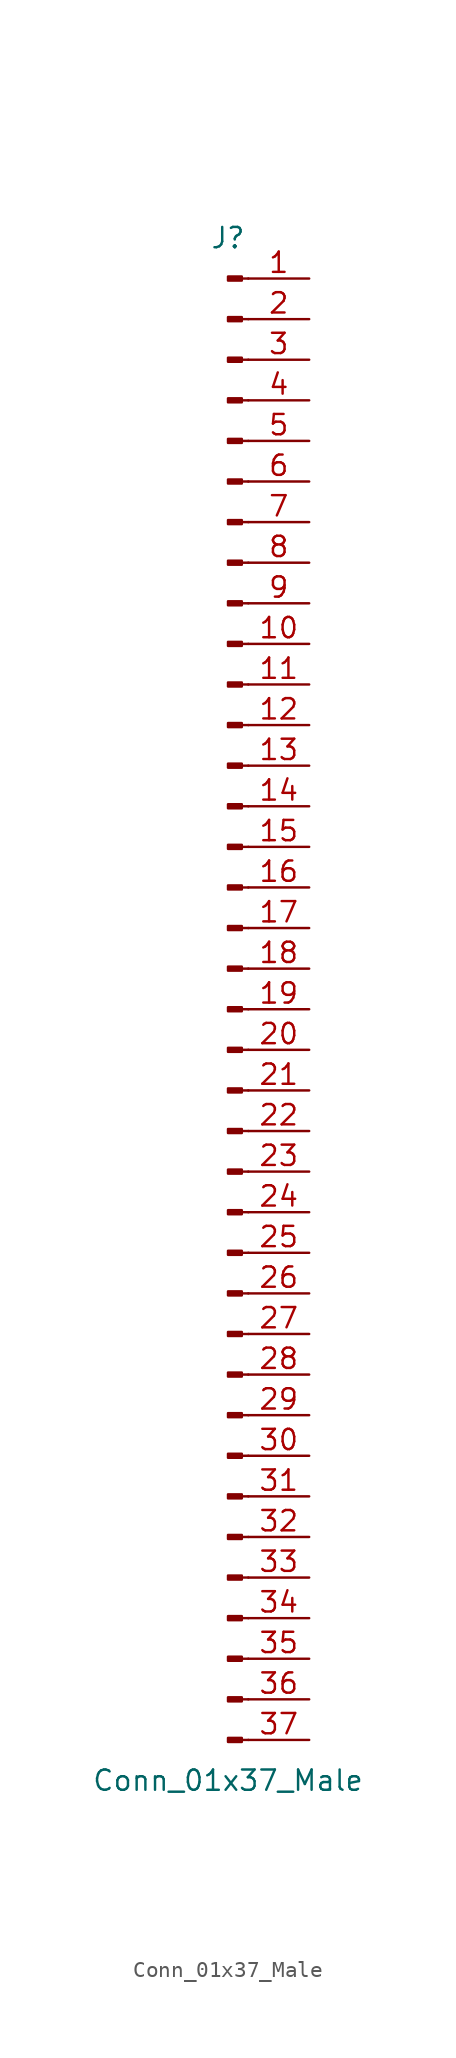
<source format=kicad_sym>
(kicad_symbol_lib
  (version 20211014)
  (generator kicad_symbol_editor)
  (symbol "Conn_01x37_Male"
    (pin_names
      (offset 1.016) hide)
    (property "Reference" "J"
      (at 0 48.26 0)
      (effects (font (size 1.27 1.27))))
    (property "Value" "Conn_01x37_Male"
      (at 0 -48.26 0)
      (effects (font (size 1.27 1.27))))
    (symbol "Conn_01x37_Male_1_1"
      (polyline (pts (xy 1.27 -45.72) (xy 0.864 -45.72)) (stroke (width 0.152) (type default) (color 0 0 0 0)) (fill (type none)))
      (polyline (pts (xy 1.27 -43.18) (xy 0.864 -43.18)) (stroke (width 0.152) (type default) (color 0 0 0 0)) (fill (type none)))
      (polyline (pts (xy 1.27 -40.64) (xy 0.864 -40.64)) (stroke (width 0.152) (type default) (color 0 0 0 0)) (fill (type none)))
      (polyline (pts (xy 1.27 -38.1) (xy 0.864 -38.1)) (stroke (width 0.152) (type default) (color 0 0 0 0)) (fill (type none)))
      (polyline (pts (xy 1.27 -35.56) (xy 0.864 -35.56)) (stroke (width 0.152) (type default) (color 0 0 0 0)) (fill (type none)))
      (polyline (pts (xy 1.27 -33.02) (xy 0.864 -33.02)) (stroke (width 0.152) (type default) (color 0 0 0 0)) (fill (type none)))
      (polyline (pts (xy 1.27 -30.48) (xy 0.864 -30.48)) (stroke (width 0.152) (type default) (color 0 0 0 0)) (fill (type none)))
      (polyline (pts (xy 1.27 -27.94) (xy 0.864 -27.94)) (stroke (width 0.152) (type default) (color 0 0 0 0)) (fill (type none)))
      (polyline (pts (xy 1.27 -25.4) (xy 0.864 -25.4)) (stroke (width 0.152) (type default) (color 0 0 0 0)) (fill (type none)))
      (polyline (pts (xy 1.27 -22.86) (xy 0.864 -22.86)) (stroke (width 0.152) (type default) (color 0 0 0 0)) (fill (type none)))
      (polyline (pts (xy 1.27 -20.32) (xy 0.864 -20.32)) (stroke (width 0.152) (type default) (color 0 0 0 0)) (fill (type none)))
      (polyline (pts (xy 1.27 -17.78) (xy 0.864 -17.78)) (stroke (width 0.152) (type default) (color 0 0 0 0)) (fill (type none)))
      (polyline (pts (xy 1.27 -15.24) (xy 0.864 -15.24)) (stroke (width 0.152) (type default) (color 0 0 0 0)) (fill (type none)))
      (polyline (pts (xy 1.27 -12.7) (xy 0.864 -12.7)) (stroke (width 0.152) (type default) (color 0 0 0 0)) (fill (type none)))
      (polyline (pts (xy 1.27 -10.16) (xy 0.864 -10.16)) (stroke (width 0.152) (type default) (color 0 0 0 0)) (fill (type none)))
      (polyline (pts (xy 1.27 -7.62) (xy 0.864 -7.62)) (stroke (width 0.152) (type default) (color 0 0 0 0)) (fill (type none)))
      (polyline (pts (xy 1.27 -5.08) (xy 0.864 -5.08)) (stroke (width 0.152) (type default) (color 0 0 0 0)) (fill (type none)))
      (polyline (pts (xy 1.27 -2.54) (xy 0.864 -2.54)) (stroke (width 0.152) (type default) (color 0 0 0 0)) (fill (type none)))
      (polyline (pts (xy 1.27 0) (xy 0.864 0)) (stroke (width 0.152) (type default) (color 0 0 0 0)) (fill (type none)))
      (polyline (pts (xy 1.27 2.54) (xy 0.864 2.54)) (stroke (width 0.152) (type default) (color 0 0 0 0)) (fill (type none)))
      (polyline (pts (xy 1.27 5.08) (xy 0.864 5.08)) (stroke (width 0.152) (type default) (color 0 0 0 0)) (fill (type none)))
      (polyline (pts (xy 1.27 7.62) (xy 0.864 7.62)) (stroke (width 0.152) (type default) (color 0 0 0 0)) (fill (type none)))
      (polyline (pts (xy 1.27 10.16) (xy 0.864 10.16)) (stroke (width 0.152) (type default) (color 0 0 0 0)) (fill (type none)))
      (polyline (pts (xy 1.27 12.7) (xy 0.864 12.7)) (stroke (width 0.152) (type default) (color 0 0 0 0)) (fill (type none)))
      (polyline (pts (xy 1.27 15.24) (xy 0.864 15.24)) (stroke (width 0.152) (type default) (color 0 0 0 0)) (fill (type none)))
      (polyline (pts (xy 1.27 17.78) (xy 0.864 17.78)) (stroke (width 0.152) (type default) (color 0 0 0 0)) (fill (type none)))
      (polyline (pts (xy 1.27 20.32) (xy 0.864 20.32)) (stroke (width 0.152) (type default) (color 0 0 0 0)) (fill (type none)))
      (polyline (pts (xy 1.27 22.86) (xy 0.864 22.86)) (stroke (width 0.152) (type default) (color 0 0 0 0)) (fill (type none)))
      (polyline (pts (xy 1.27 25.4) (xy 0.864 25.4)) (stroke (width 0.152) (type default) (color 0 0 0 0)) (fill (type none)))
      (polyline (pts (xy 1.27 27.94) (xy 0.864 27.94)) (stroke (width 0.152) (type default) (color 0 0 0 0)) (fill (type none)))
      (polyline (pts (xy 1.27 30.48) (xy 0.864 30.48)) (stroke (width 0.152) (type default) (color 0 0 0 0)) (fill (type none)))
      (polyline (pts (xy 1.27 33.02) (xy 0.864 33.02)) (stroke (width 0.152) (type default) (color 0 0 0 0)) (fill (type none)))
      (polyline (pts (xy 1.27 35.56) (xy 0.864 35.56)) (stroke (width 0.152) (type default) (color 0 0 0 0)) (fill (type none)))
      (polyline (pts (xy 1.27 38.1) (xy 0.864 38.1)) (stroke (width 0.152) (type default) (color 0 0 0 0)) (fill (type none)))
      (polyline (pts (xy 1.27 40.64) (xy 0.864 40.64)) (stroke (width 0.152) (type default) (color 0 0 0 0)) (fill (type none)))
      (polyline (pts (xy 1.27 43.18) (xy 0.864 43.18)) (stroke (width 0.152) (type default) (color 0 0 0 0)) (fill (type none)))
      (polyline (pts (xy 1.27 45.72) (xy 0.864 45.72)) (stroke (width 0.152) (type default) (color 0 0 0 0)) (fill (type none)))
      (rectangle (start 0.864 -45.593) (end 0 -45.847) (stroke (width 0.152) (type default) (color 0 0 0 0)) (fill (type outline)))
      (rectangle (start 0.864 -43.053) (end 0 -43.307) (stroke (width 0.152) (type default) (color 0 0 0 0)) (fill (type outline)))
      (rectangle (start 0.864 -40.513) (end 0 -40.767) (stroke (width 0.152) (type default) (color 0 0 0 0)) (fill (type outline)))
      (rectangle (start 0.864 -37.973) (end 0 -38.227) (stroke (width 0.152) (type default) (color 0 0 0 0)) (fill (type outline)))
      (rectangle (start 0.864 -35.433) (end 0 -35.687) (stroke (width 0.152) (type default) (color 0 0 0 0)) (fill (type outline)))
      (rectangle (start 0.864 -32.893) (end 0 -33.147) (stroke (width 0.152) (type default) (color 0 0 0 0)) (fill (type outline)))
      (rectangle (start 0.864 -30.353) (end 0 -30.607) (stroke (width 0.152) (type default) (color 0 0 0 0)) (fill (type outline)))
      (rectangle (start 0.864 -27.813) (end 0 -28.067) (stroke (width 0.152) (type default) (color 0 0 0 0)) (fill (type outline)))
      (rectangle (start 0.864 -25.273) (end 0 -25.527) (stroke (width 0.152) (type default) (color 0 0 0 0)) (fill (type outline)))
      (rectangle (start 0.864 -22.733) (end 0 -22.987) (stroke (width 0.152) (type default) (color 0 0 0 0)) (fill (type outline)))
      (rectangle (start 0.864 -20.193) (end 0 -20.447) (stroke (width 0.152) (type default) (color 0 0 0 0)) (fill (type outline)))
      (rectangle (start 0.864 -17.653) (end 0 -17.907) (stroke (width 0.152) (type default) (color 0 0 0 0)) (fill (type outline)))
      (rectangle (start 0.864 -15.113) (end 0 -15.367) (stroke (width 0.152) (type default) (color 0 0 0 0)) (fill (type outline)))
      (rectangle (start 0.864 -12.573) (end 0 -12.827) (stroke (width 0.152) (type default) (color 0 0 0 0)) (fill (type outline)))
      (rectangle (start 0.864 -10.033) (end 0 -10.287) (stroke (width 0.152) (type default) (color 0 0 0 0)) (fill (type outline)))
      (rectangle (start 0.864 -7.493) (end 0 -7.747) (stroke (width 0.152) (type default) (color 0 0 0 0)) (fill (type outline)))
      (rectangle (start 0.864 -4.953) (end 0 -5.207) (stroke (width 0.152) (type default) (color 0 0 0 0)) (fill (type outline)))
      (rectangle (start 0.864 -2.413) (end 0 -2.667) (stroke (width 0.152) (type default) (color 0 0 0 0)) (fill (type outline)))
      (rectangle (start 0.864 0.127) (end 0 -0.127) (stroke (width 0.152) (type default) (color 0 0 0 0)) (fill (type outline)))
      (rectangle (start 0.864 2.667) (end 0 2.413) (stroke (width 0.152) (type default) (color 0 0 0 0)) (fill (type outline)))
      (rectangle (start 0.864 5.207) (end 0 4.953) (stroke (width 0.152) (type default) (color 0 0 0 0)) (fill (type outline)))
      (rectangle (start 0.864 7.747) (end 0 7.493) (stroke (width 0.152) (type default) (color 0 0 0 0)) (fill (type outline)))
      (rectangle (start 0.864 10.287) (end 0 10.033) (stroke (width 0.152) (type default) (color 0 0 0 0)) (fill (type outline)))
      (rectangle (start 0.864 12.827) (end 0 12.573) (stroke (width 0.152) (type default) (color 0 0 0 0)) (fill (type outline)))
      (rectangle (start 0.864 15.367) (end 0 15.113) (stroke (width 0.152) (type default) (color 0 0 0 0)) (fill (type outline)))
      (rectangle (start 0.864 17.907) (end 0 17.653) (stroke (width 0.152) (type default) (color 0 0 0 0)) (fill (type outline)))
      (rectangle (start 0.864 20.447) (end 0 20.193) (stroke (width 0.152) (type default) (color 0 0 0 0)) (fill (type outline)))
      (rectangle (start 0.864 22.987) (end 0 22.733) (stroke (width 0.152) (type default) (color 0 0 0 0)) (fill (type outline)))
      (rectangle (start 0.864 25.527) (end 0 25.273) (stroke (width 0.152) (type default) (color 0 0 0 0)) (fill (type outline)))
      (rectangle (start 0.864 28.067) (end 0 27.813) (stroke (width 0.152) (type default) (color 0 0 0 0)) (fill (type outline)))
      (rectangle (start 0.864 30.607) (end 0 30.353) (stroke (width 0.152) (type default) (color 0 0 0 0)) (fill (type outline)))
      (rectangle (start 0.864 33.147) (end 0 32.893) (stroke (width 0.152) (type default) (color 0 0 0 0)) (fill (type outline)))
      (rectangle (start 0.864 35.687) (end 0 35.433) (stroke (width 0.152) (type default) (color 0 0 0 0)) (fill (type outline)))
      (rectangle (start 0.864 38.227) (end 0 37.973) (stroke (width 0.152) (type default) (color 0 0 0 0)) (fill (type outline)))
      (rectangle (start 0.864 40.767) (end 0 40.513) (stroke (width 0.152) (type default) (color 0 0 0 0)) (fill (type outline)))
      (rectangle (start 0.864 43.307) (end 0 43.053) (stroke (width 0.152) (type default) (color 0 0 0 0)) (fill (type outline)))
      (rectangle (start 0.864 45.847) (end 0 45.593) (stroke (width 0.152) (type default) (color 0 0 0 0)) (fill (type outline)))
      (pin passive line (at 5.08 45.72 180) (length 3.81) (name "Pin_1" (effects (font (size 1.27 1.27)))) (number "1" (effects (font (size 1.27 1.27)))))
      (pin passive line (at 5.08 22.86 180) (length 3.81) (name "Pin_10" (effects (font (size 1.27 1.27)))) (number "10" (effects (font (size 1.27 1.27)))))
      (pin passive line (at 5.08 20.32 180) (length 3.81) (name "Pin_11" (effects (font (size 1.27 1.27)))) (number "11" (effects (font (size 1.27 1.27)))))
      (pin passive line (at 5.08 17.78 180) (length 3.81) (name "Pin_12" (effects (font (size 1.27 1.27)))) (number "12" (effects (font (size 1.27 1.27)))))
      (pin passive line (at 5.08 15.24 180) (length 3.81) (name "Pin_13" (effects (font (size 1.27 1.27)))) (number "13" (effects (font (size 1.27 1.27)))))
      (pin passive line (at 5.08 12.7 180) (length 3.81) (name "Pin_14" (effects (font (size 1.27 1.27)))) (number "14" (effects (font (size 1.27 1.27)))))
      (pin passive line (at 5.08 10.16 180) (length 3.81) (name "Pin_15" (effects (font (size 1.27 1.27)))) (number "15" (effects (font (size 1.27 1.27)))))
      (pin passive line (at 5.08 7.62 180) (length 3.81) (name "Pin_16" (effects (font (size 1.27 1.27)))) (number "16" (effects (font (size 1.27 1.27)))))
      (pin passive line (at 5.08 5.08 180) (length 3.81) (name "Pin_17" (effects (font (size 1.27 1.27)))) (number "17" (effects (font (size 1.27 1.27)))))
      (pin passive line (at 5.08 2.54 180) (length 3.81) (name "Pin_18" (effects (font (size 1.27 1.27)))) (number "18" (effects (font (size 1.27 1.27)))))
      (pin passive line (at 5.08 0 180) (length 3.81) (name "Pin_19" (effects (font (size 1.27 1.27)))) (number "19" (effects (font (size 1.27 1.27)))))
      (pin passive line (at 5.08 43.18 180) (length 3.81) (name "Pin_2" (effects (font (size 1.27 1.27)))) (number "2" (effects (font (size 1.27 1.27)))))
      (pin passive line (at 5.08 -2.54 180) (length 3.81) (name "Pin_20" (effects (font (size 1.27 1.27)))) (number "20" (effects (font (size 1.27 1.27)))))
      (pin passive line (at 5.08 -5.08 180) (length 3.81) (name "Pin_21" (effects (font (size 1.27 1.27)))) (number "21" (effects (font (size 1.27 1.27)))))
      (pin passive line (at 5.08 -7.62 180) (length 3.81) (name "Pin_22" (effects (font (size 1.27 1.27)))) (number "22" (effects (font (size 1.27 1.27)))))
      (pin passive line (at 5.08 -10.16 180) (length 3.81) (name "Pin_23" (effects (font (size 1.27 1.27)))) (number "23" (effects (font (size 1.27 1.27)))))
      (pin passive line (at 5.08 -12.7 180) (length 3.81) (name "Pin_24" (effects (font (size 1.27 1.27)))) (number "24" (effects (font (size 1.27 1.27)))))
      (pin passive line (at 5.08 -15.24 180) (length 3.81) (name "Pin_25" (effects (font (size 1.27 1.27)))) (number "25" (effects (font (size 1.27 1.27)))))
      (pin passive line (at 5.08 -17.78 180) (length 3.81) (name "Pin_26" (effects (font (size 1.27 1.27)))) (number "26" (effects (font (size 1.27 1.27)))))
      (pin passive line (at 5.08 -20.32 180) (length 3.81) (name "Pin_27" (effects (font (size 1.27 1.27)))) (number "27" (effects (font (size 1.27 1.27)))))
      (pin passive line (at 5.08 -22.86 180) (length 3.81) (name "Pin_28" (effects (font (size 1.27 1.27)))) (number "28" (effects (font (size 1.27 1.27)))))
      (pin passive line (at 5.08 -25.4 180) (length 3.81) (name "Pin_29" (effects (font (size 1.27 1.27)))) (number "29" (effects (font (size 1.27 1.27)))))
      (pin passive line (at 5.08 40.64 180) (length 3.81) (name "Pin_3" (effects (font (size 1.27 1.27)))) (number "3" (effects (font (size 1.27 1.27)))))
      (pin passive line (at 5.08 -27.94 180) (length 3.81) (name "Pin_30" (effects (font (size 1.27 1.27)))) (number "30" (effects (font (size 1.27 1.27)))))
      (pin passive line (at 5.08 -30.48 180) (length 3.81) (name "Pin_31" (effects (font (size 1.27 1.27)))) (number "31" (effects (font (size 1.27 1.27)))))
      (pin passive line (at 5.08 -33.02 180) (length 3.81) (name "Pin_32" (effects (font (size 1.27 1.27)))) (number "32" (effects (font (size 1.27 1.27)))))
      (pin passive line (at 5.08 -35.56 180) (length 3.81) (name "Pin_33" (effects (font (size 1.27 1.27)))) (number "33" (effects (font (size 1.27 1.27)))))
      (pin passive line (at 5.08 -38.1 180) (length 3.81) (name "Pin_34" (effects (font (size 1.27 1.27)))) (number "34" (effects (font (size 1.27 1.27)))))
      (pin passive line (at 5.08 -40.64 180) (length 3.81) (name "Pin_35" (effects (font (size 1.27 1.27)))) (number "35" (effects (font (size 1.27 1.27)))))
      (pin passive line (at 5.08 -43.18 180) (length 3.81) (name "Pin_36" (effects (font (size 1.27 1.27)))) (number "36" (effects (font (size 1.27 1.27)))))
      (pin passive line (at 5.08 -45.72 180) (length 3.81) (name "Pin_37" (effects (font (size 1.27 1.27)))) (number "37" (effects (font (size 1.27 1.27)))))
      (pin passive line (at 5.08 38.1 180) (length 3.81) (name "Pin_4" (effects (font (size 1.27 1.27)))) (number "4" (effects (font (size 1.27 1.27)))))
      (pin passive line (at 5.08 35.56 180) (length 3.81) (name "Pin_5" (effects (font (size 1.27 1.27)))) (number "5" (effects (font (size 1.27 1.27)))))
      (pin passive line (at 5.08 33.02 180) (length 3.81) (name "Pin_6" (effects (font (size 1.27 1.27)))) (number "6" (effects (font (size 1.27 1.27)))))
      (pin passive line (at 5.08 30.48 180) (length 3.81) (name "Pin_7" (effects (font (size 1.27 1.27)))) (number "7" (effects (font (size 1.27 1.27)))))
      (pin passive line (at 5.08 27.94 180) (length 3.81) (name "Pin_8" (effects (font (size 1.27 1.27)))) (number "8" (effects (font (size 1.27 1.27)))))
      (pin passive line (at 5.08 25.4 180) (length 3.81) (name "Pin_9" (effects (font (size 1.27 1.27)))) (number "9" (effects (font (size 1.27 1.27))))))))
</source>
